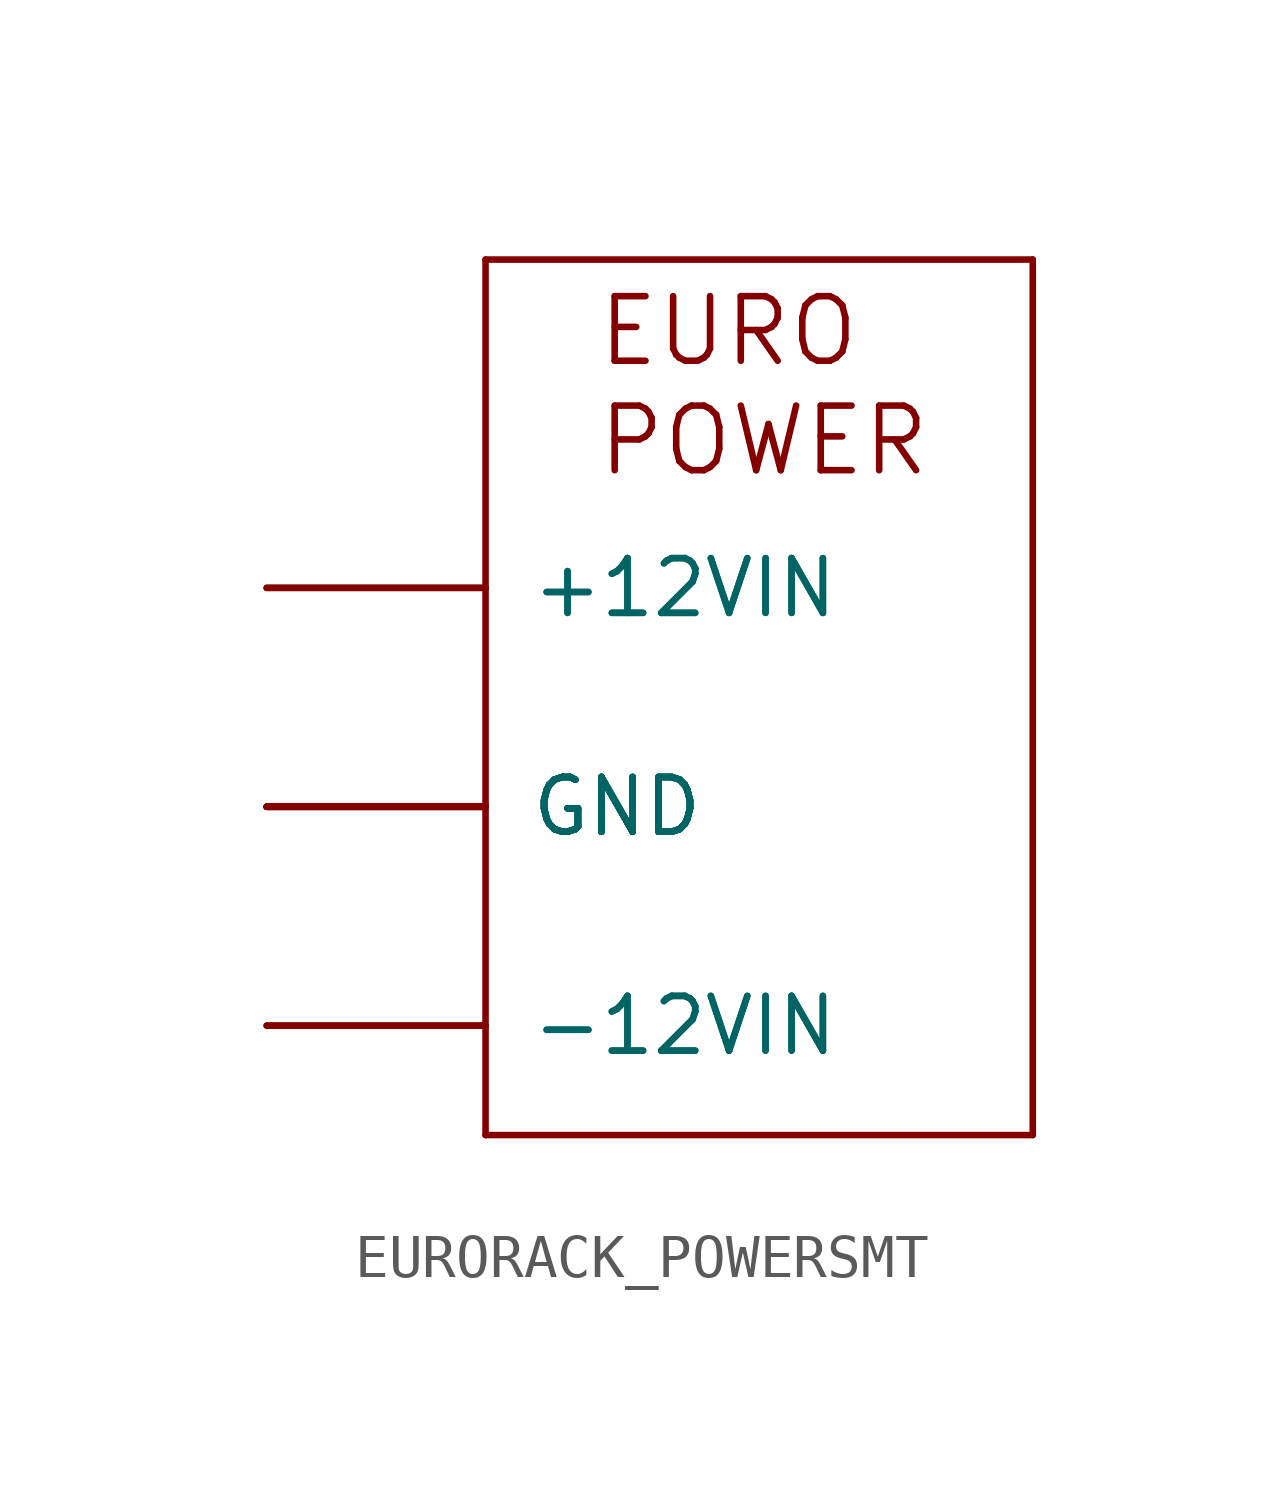
<source format=kicad_sym>
(kicad_symbol_lib
  (version 20211014)
  (generator kicad_symbol_editor)
  (symbol "EURORACK_POWERSMT"
    (pin_names
      (offset 1.016))
    (property "Reference" "EP"
      (at 0 0 0)
      (effects (font (size 1.27 1.27)) hide))
    (property "ki_locked" ""
      (at 0 0 0)
      (effects (font (size 1.27 1.27))))
    (symbol "EURORACK_POWERSMT_1_0"
      (polyline (pts (xy -5.08 -10.16) (xy 7.62 -10.16)) (stroke (width 0) (type default) (color 0 0 0 0)) (fill (type none)))
      (polyline (pts (xy -5.08 10.16) (xy -5.08 -10.16)) (stroke (width 0) (type default) (color 0 0 0 0)) (fill (type none)))
      (polyline (pts (xy 7.62 -10.16) (xy 7.62 10.16)) (stroke (width 0) (type default) (color 0 0 0 0)) (fill (type none)))
      (polyline (pts (xy 7.62 10.16) (xy -5.08 10.16)) (stroke (width 0) (type default) (color 0 0 0 0)) (fill (type none)))
      (text "EURO" (at -2.54 7.62 0) (effects (font (size 1.499 1.499)) (justify left bottom)))
      (text "POWER" (at -2.54 5.08 0) (effects (font (size 1.499 1.499)) (justify left bottom)))
      (pin bidirectional line (at -10.16 -2.54 0) (length 5.08) (name "GND" (effects (font (size 1.27 1.27)))) (number "GND1A" (effects (font (size 0 0)))))
      (pin bidirectional line (at -10.16 -2.54 0) (length 5.08) (name "GND" (effects (font (size 1.27 1.27)))) (number "GND1B" (effects (font (size 0 0)))))
      (pin bidirectional line (at -10.16 -2.54 0) (length 5.08) (name "GND" (effects (font (size 1.27 1.27)))) (number "GND2A" (effects (font (size 0 0)))))
      (pin bidirectional line (at -10.16 -2.54 0) (length 5.08) (name "GND" (effects (font (size 1.27 1.27)))) (number "GND2B" (effects (font (size 0 0)))))
      (pin bidirectional line (at -10.16 -2.54 0) (length 5.08) (name "GND" (effects (font (size 1.27 1.27)))) (number "GND3A" (effects (font (size 0 0)))))
      (pin bidirectional line (at -10.16 -2.54 0) (length 5.08) (name "GND" (effects (font (size 1.27 1.27)))) (number "GND3B" (effects (font (size 0 0)))))
      (pin bidirectional line (at -10.16 -7.62 0) (length 5.08) (name "-12VIN" (effects (font (size 1.27 1.27)))) (number "N12VA" (effects (font (size 0 0)))))
      (pin bidirectional line (at -10.16 -7.62 0) (length 5.08) (name "-12VIN" (effects (font (size 1.27 1.27)))) (number "N12VB" (effects (font (size 0 0)))))
      (pin bidirectional line (at -10.16 2.54 0) (length 5.08) (name "+12VIN" (effects (font (size 1.27 1.27)))) (number "P12VA" (effects (font (size 0 0)))))
      (pin bidirectional line (at -10.16 2.54 0) (length 5.08) (name "+12VIN" (effects (font (size 1.27 1.27)))) (number "P12VB" (effects (font (size 0 0))))))))
</source>
